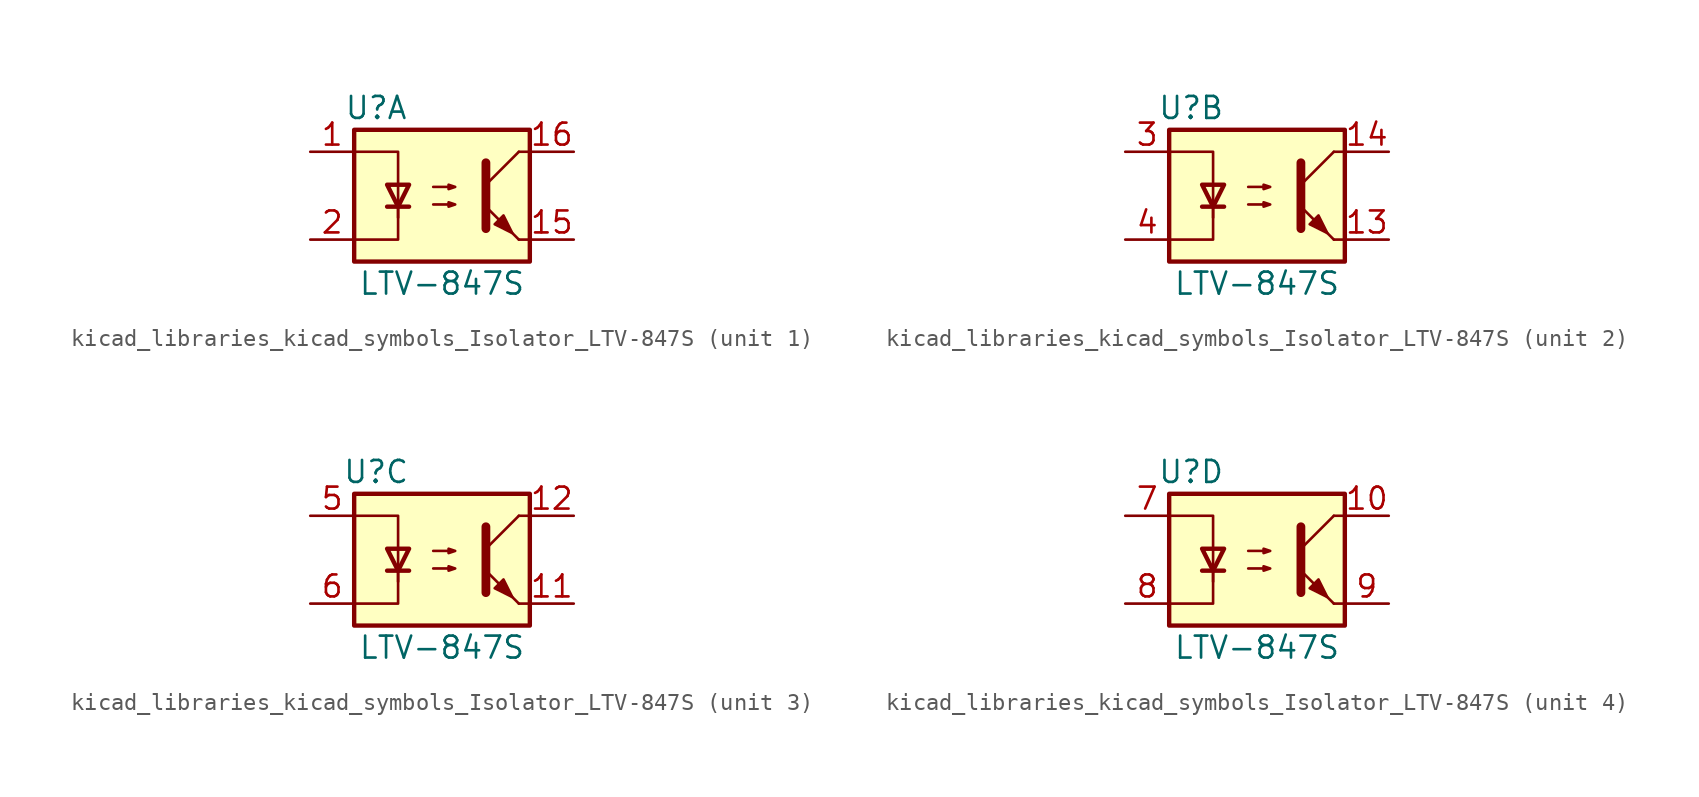
<source format=kicad_sym>
(kicad_symbol_lib
  (version 20220914)
  (generator kicad_symbol_editor)
  (symbol "kicad_libraries_kicad_symbols_Isolator_LTV-847S"
    (pin_names
      (offset 1.016))
    (property "Reference" "U"
      (at -3.81 5.08 0)
      (effects (font (size 1.27 1.27))))
    (property "Value" "LTV-847S"
      (at 0 -5.08 0)
      (effects (font (size 1.27 1.27))))
    (symbol "kicad_libraries_kicad_symbols_Isolator_LTV-847S_0_1"
      (rectangle (start -5.08 3.81) (end 5.08 -3.81) (stroke (width 0.254) (type default)) (fill (type background)))
      (polyline (pts (xy -3.175 -0.635) (xy -1.905 -0.635)) (stroke (width 0.254) (type default)) (fill (type none)))
      (polyline (pts (xy 2.54 0.635) (xy 4.445 2.54)) (stroke (width 0) (type default)) (fill (type none)))
      (polyline (pts (xy 4.445 -2.54) (xy 2.54 -0.635)) (stroke (width 0) (type default)) (fill (type outline)))
      (polyline (pts (xy 4.445 -2.54) (xy 5.08 -2.54)) (stroke (width 0) (type default)) (fill (type none)))
      (polyline (pts (xy 4.445 2.54) (xy 5.08 2.54)) (stroke (width 0) (type default)) (fill (type none)))
      (polyline (pts (xy -2.54 -0.635) (xy -2.54 -2.54) (xy -5.08 -2.54)) (stroke (width 0) (type default)) (fill (type none)))
      (polyline (pts (xy 2.54 1.905) (xy 2.54 -1.905) (xy 2.54 -1.905)) (stroke (width 0.508) (type default)) (fill (type none)))
      (polyline (pts (xy -5.08 2.54) (xy -2.54 2.54) (xy -2.54 -1.27) (xy -2.54 0.635)) (stroke (width 0) (type default)) (fill (type none)))
      (polyline (pts (xy -2.54 -0.635) (xy -3.175 0.635) (xy -1.905 0.635) (xy -2.54 -0.635)) (stroke (width 0.254) (type default)) (fill (type none)))
      (polyline (pts (xy -0.508 -0.508) (xy 0.762 -0.508) (xy 0.381 -0.635) (xy 0.381 -0.381) (xy 0.762 -0.508)) (stroke (width 0) (type default)) (fill (type none)))
      (polyline (pts (xy -0.508 0.508) (xy 0.762 0.508) (xy 0.381 0.381) (xy 0.381 0.635) (xy 0.762 0.508)) (stroke (width 0) (type default)) (fill (type none)))
      (polyline (pts (xy 3.048 -1.651) (xy 3.556 -1.143) (xy 4.064 -2.159) (xy 3.048 -1.651) (xy 3.048 -1.651)) (stroke (width 0) (type default)) (fill (type outline))))
    (symbol "kicad_libraries_kicad_symbols_Isolator_LTV-847S_1_1"
      (pin passive line (at -7.62 2.54 0) (length 2.54) (name "~" (effects (font (size 1.27 1.27)))) (number "1" (effects (font (size 1.27 1.27)))))
      (pin passive line (at 7.62 -2.54 180) (length 2.54) (name "~" (effects (font (size 1.27 1.27)))) (number "15" (effects (font (size 1.27 1.27)))))
      (pin passive line (at 7.62 2.54 180) (length 2.54) (name "~" (effects (font (size 1.27 1.27)))) (number "16" (effects (font (size 1.27 1.27)))))
      (pin passive line (at -7.62 -2.54 0) (length 2.54) (name "~" (effects (font (size 1.27 1.27)))) (number "2" (effects (font (size 1.27 1.27))))))
    (symbol "kicad_libraries_kicad_symbols_Isolator_LTV-847S_2_1"
      (pin passive line (at 7.62 -2.54 180) (length 2.54) (name "~" (effects (font (size 1.27 1.27)))) (number "13" (effects (font (size 1.27 1.27)))))
      (pin passive line (at 7.62 2.54 180) (length 2.54) (name "~" (effects (font (size 1.27 1.27)))) (number "14" (effects (font (size 1.27 1.27)))))
      (pin passive line (at -7.62 2.54 0) (length 2.54) (name "~" (effects (font (size 1.27 1.27)))) (number "3" (effects (font (size 1.27 1.27)))))
      (pin passive line (at -7.62 -2.54 0) (length 2.54) (name "~" (effects (font (size 1.27 1.27)))) (number "4" (effects (font (size 1.27 1.27))))))
    (symbol "kicad_libraries_kicad_symbols_Isolator_LTV-847S_3_1"
      (pin passive line (at 7.62 -2.54 180) (length 2.54) (name "~" (effects (font (size 1.27 1.27)))) (number "11" (effects (font (size 1.27 1.27)))))
      (pin passive line (at 7.62 2.54 180) (length 2.54) (name "~" (effects (font (size 1.27 1.27)))) (number "12" (effects (font (size 1.27 1.27)))))
      (pin passive line (at -7.62 2.54 0) (length 2.54) (name "~" (effects (font (size 1.27 1.27)))) (number "5" (effects (font (size 1.27 1.27)))))
      (pin passive line (at -7.62 -2.54 0) (length 2.54) (name "~" (effects (font (size 1.27 1.27)))) (number "6" (effects (font (size 1.27 1.27))))))
    (symbol "kicad_libraries_kicad_symbols_Isolator_LTV-847S_4_1"
      (pin passive line (at 7.62 2.54 180) (length 2.54) (name "~" (effects (font (size 1.27 1.27)))) (number "10" (effects (font (size 1.27 1.27)))))
      (pin passive line (at -7.62 2.54 0) (length 2.54) (name "~" (effects (font (size 1.27 1.27)))) (number "7" (effects (font (size 1.27 1.27)))))
      (pin passive line (at -7.62 -2.54 0) (length 2.54) (name "~" (effects (font (size 1.27 1.27)))) (number "8" (effects (font (size 1.27 1.27)))))
      (pin passive line (at 7.62 -2.54 180) (length 2.54) (name "~" (effects (font (size 1.27 1.27)))) (number "9" (effects (font (size 1.27 1.27))))))))
</source>
